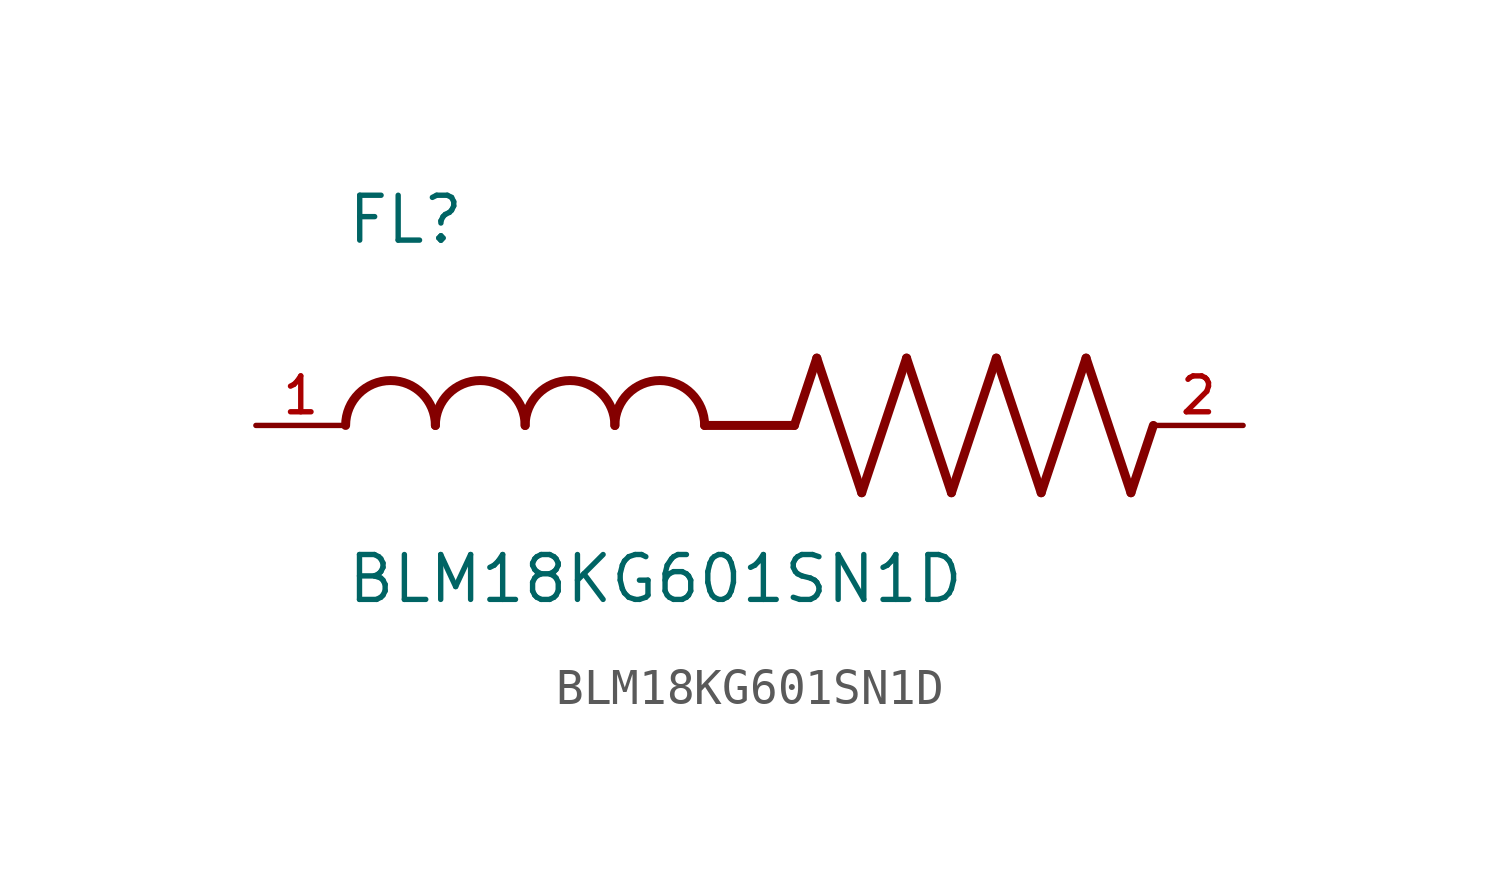
<source format=kicad_sym>
(kicad_symbol_lib
  (version 20211014)
  (generator kicad_symbol_editor)
  (symbol "BLM18KG601SN1D"
    (pin_names
      (offset 1.016))
    (property "Reference" "FL"
      (at -12.704 5.081 0)
      (effects (font (size 1.27 1.27)) (justify bottom left)))
    (property "Value" "BLM18KG601SN1D"
      (at -12.71 -5.087 0)
      (effects (font (size 1.27 1.27)) (justify bottom left)))
    (symbol "BLM18KG601SN1D_0_0"
      (polyline (pts (xy 0.0 0.0) (xy 0.635 1.905)) (stroke (width 0.254)))
      (polyline (pts (xy 0.635 1.905) (xy 1.905 -1.905)) (stroke (width 0.254)))
      (polyline (pts (xy 1.905 -1.905) (xy 3.175 1.905)) (stroke (width 0.254)))
      (polyline (pts (xy 3.175 1.905) (xy 4.445 -1.905)) (stroke (width 0.254)))
      (polyline (pts (xy 4.445 -1.905) (xy 5.715 1.905)) (stroke (width 0.254)))
      (polyline (pts (xy 5.715 1.905) (xy 6.985 -1.905)) (stroke (width 0.254)))
      (polyline (pts (xy 6.985 -1.905) (xy 8.255 1.905)) (stroke (width 0.254)))
      (polyline (pts (xy 8.255 1.905) (xy 9.525 -1.905)) (stroke (width 0.254)))
      (polyline (pts (xy 9.525 -1.905) (xy 10.16 0.0)) (stroke (width 0.254)))
      (arc (start -10.16 0.0) (mid -11.43 1.27) (end -12.7 0.0) (stroke (width 0.254) (type default) (color 0 0 0 0)) (fill (type none)))
      (arc (start -7.62 0.0) (mid -8.89 1.27) (end -10.16 0.0) (stroke (width 0.254) (type default) (color 0 0 0 0)) (fill (type none)))
      (arc (start -5.08 0.0) (mid -6.35 1.27) (end -7.62 0.0) (stroke (width 0.254) (type default) (color 0 0 0 0)) (fill (type none)))
      (arc (start -2.54 0.0) (mid -3.81 1.27) (end -5.08 0.0) (stroke (width 0.254) (type default) (color 0 0 0 0)) (fill (type none)))
      (polyline (pts (xy 0.0 0.0) (xy -2.54 0.0)) (stroke (width 0.254)))
      (pin passive line (at 12.7 0.0 180.0) (length 2.54) (name "~" (effects (font (size 1.016 1.016)))) (number "2" (effects (font (size 1.016 1.016)))))
      (pin passive line (at -15.24 0.0 0) (length 2.54) (name "~" (effects (font (size 1.016 1.016)))) (number "1" (effects (font (size 1.016 1.016))))))))
</source>
